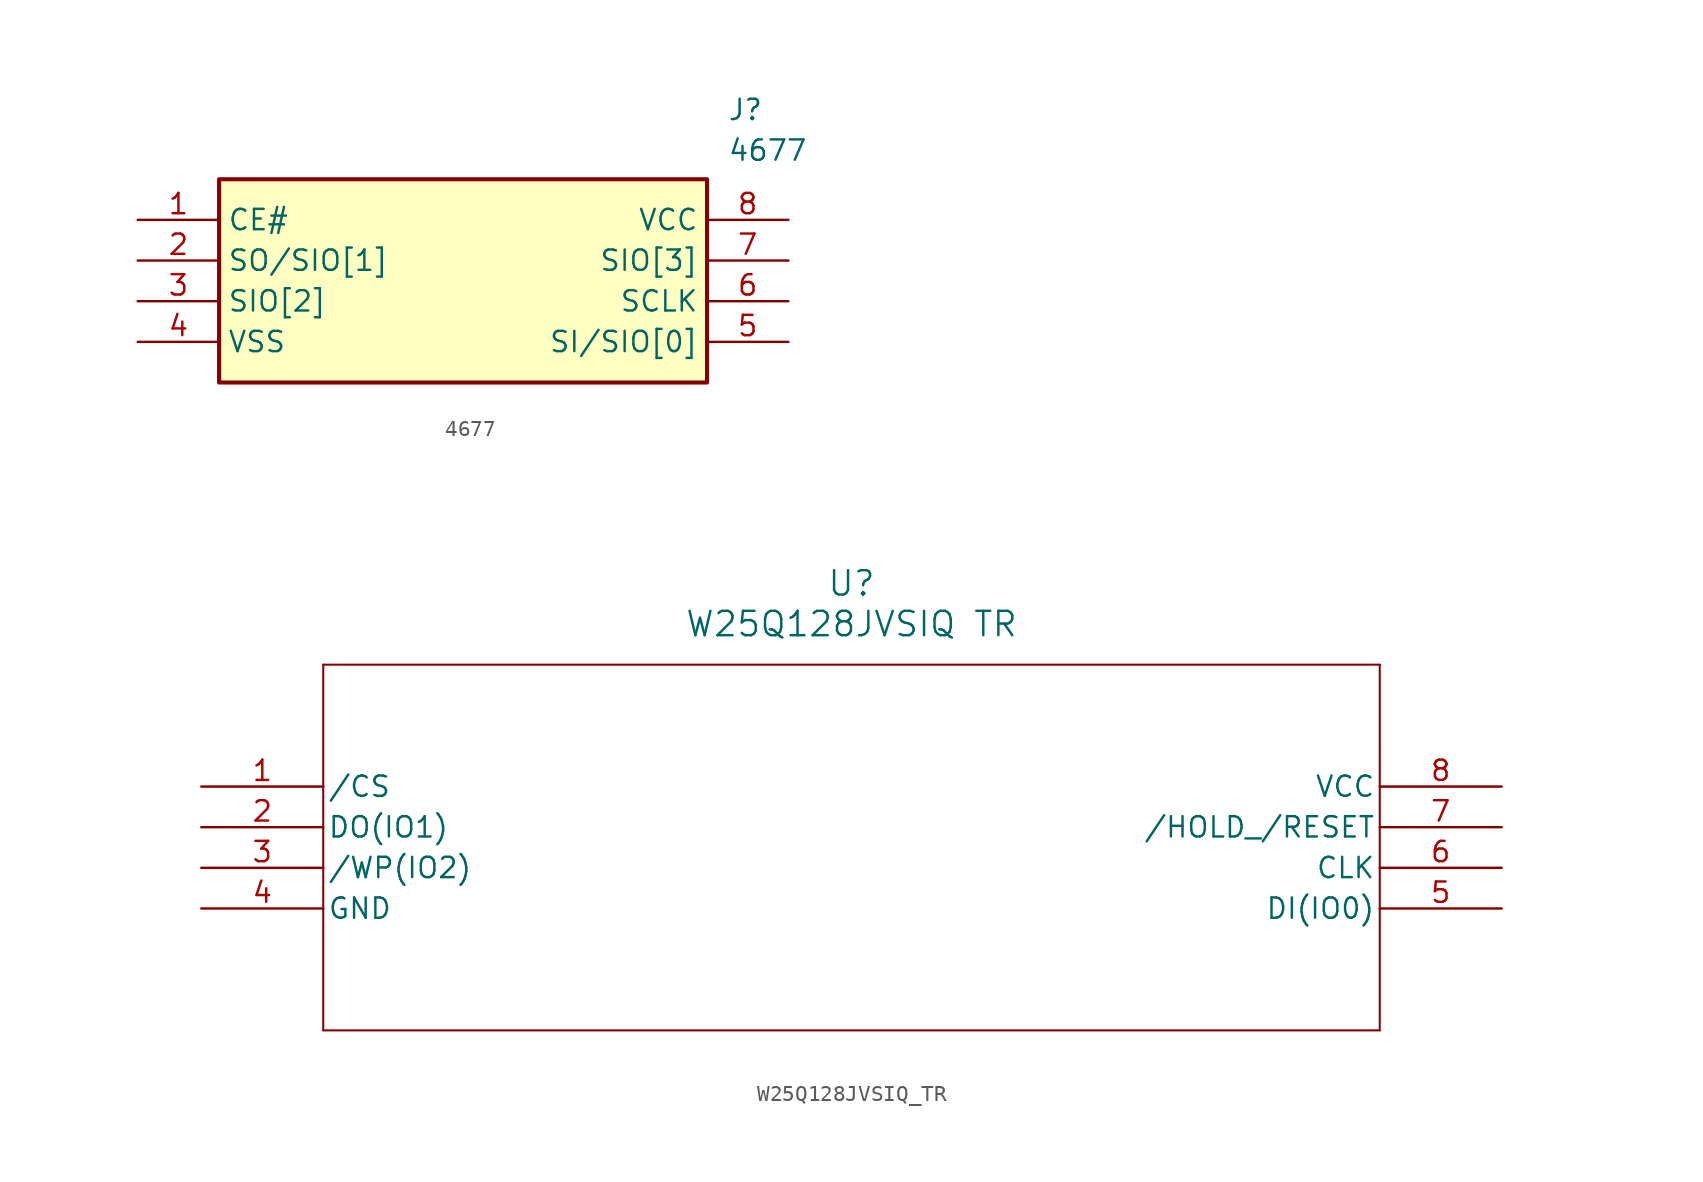
<source format=kicad_sym>
(kicad_symbol_lib
  (version 20241209)
  (generator "kicad_symbol_editor")
  (generator_version "9.0")
  (symbol "4677"
    (property "Reference" "J"
      (at 36.83 7.62 0)
      (effects (font (size 1.27 1.27)) (justify left top)))
    (property "Value" "4677"
      (at 36.83 5.08 0)
      (effects (font (size 1.27 1.27)) (justify left top)))
    (symbol "4677_1_1"
      (rectangle (start 5.08 2.54) (end 35.56 -10.16) (stroke (width 0.254) (type default)) (fill (type background)))
      (pin passive line (at 0 0 0) (length 5.08) (name "CE#" (effects (font (size 1.27 1.27)))) (number "1" (effects (font (size 1.27 1.27)))))
      (pin passive line (at 0 -2.54 0) (length 5.08) (name "SO/SIO[1]" (effects (font (size 1.27 1.27)))) (number "2" (effects (font (size 1.27 1.27)))))
      (pin passive line (at 0 -5.08 0) (length 5.08) (name "SIO[2]" (effects (font (size 1.27 1.27)))) (number "3" (effects (font (size 1.27 1.27)))))
      (pin passive line (at 0 -7.62 0) (length 5.08) (name "VSS" (effects (font (size 1.27 1.27)))) (number "4" (effects (font (size 1.27 1.27)))))
      (pin passive line (at 40.64 0 180) (length 5.08) (name "VCC" (effects (font (size 1.27 1.27)))) (number "8" (effects (font (size 1.27 1.27)))))
      (pin passive line (at 40.64 -2.54 180) (length 5.08) (name "SIO[3]" (effects (font (size 1.27 1.27)))) (number "7" (effects (font (size 1.27 1.27)))))
      (pin passive line (at 40.64 -5.08 180) (length 5.08) (name "SCLK" (effects (font (size 1.27 1.27)))) (number "6" (effects (font (size 1.27 1.27)))))
      (pin passive line (at 40.64 -7.62 180) (length 5.08) (name "SI/SIO[0]" (effects (font (size 1.27 1.27)))) (number "5" (effects (font (size 1.27 1.27)))))))
  (symbol "W25Q128JVSIQ_TR"
    (pin_names
      (offset 0.254))
    (property "Reference" "U"
      (at 40.64 12.7 0)
      (effects (font (size 1.524 1.524))))
    (property "Value" "W25Q128JVSIQ TR"
      (at 40.64 10.16 0)
      (effects (font (size 1.524 1.524))))
    (property "ki_locked" ""
      (at 0 0 0)
      (effects (font (size 1.27 1.27))))
    (symbol "W25Q128JVSIQ_TR_0_1"
      (polyline (pts (xy 7.62 7.62) (xy 7.62 -15.24)) (stroke (width 0.127) (type default)) (fill (type none)))
      (polyline (pts (xy 7.62 -15.24) (xy 73.66 -15.24)) (stroke (width 0.127) (type default)) (fill (type none)))
      (polyline (pts (xy 73.66 7.62) (xy 7.62 7.62)) (stroke (width 0.127) (type default)) (fill (type none)))
      (polyline (pts (xy 73.66 -15.24) (xy 73.66 7.62)) (stroke (width 0.127) (type default)) (fill (type none)))
      (pin input line (at 0 0 0) (length 7.62) (name "/CS" (effects (font (size 1.27 1.27)))) (number "1" (effects (font (size 1.27 1.27)))))
      (pin bidirectional line (at 0 -2.54 0) (length 7.62) (name "DO(IO1)" (effects (font (size 1.27 1.27)))) (number "2" (effects (font (size 1.27 1.27)))))
      (pin bidirectional line (at 0 -5.08 0) (length 7.62) (name "/WP(IO2)" (effects (font (size 1.27 1.27)))) (number "3" (effects (font (size 1.27 1.27)))))
      (pin power_out line (at 0 -7.62 0) (length 7.62) (name "GND" (effects (font (size 1.27 1.27)))) (number "4" (effects (font (size 1.27 1.27)))))
      (pin power_in line (at 81.28 0 180) (length 7.62) (name "VCC" (effects (font (size 1.27 1.27)))) (number "8" (effects (font (size 1.27 1.27)))))
      (pin bidirectional line (at 81.28 -2.54 180) (length 7.62) (name "/HOLD_/RESET" (effects (font (size 1.27 1.27)))) (number "7" (effects (font (size 1.27 1.27)))))
      (pin input line (at 81.28 -5.08 180) (length 7.62) (name "CLK" (effects (font (size 1.27 1.27)))) (number "6" (effects (font (size 1.27 1.27)))))
      (pin bidirectional line (at 81.28 -7.62 180) (length 7.62) (name "DI(IO0)" (effects (font (size 1.27 1.27)))) (number "5" (effects (font (size 1.27 1.27))))))))
</source>
